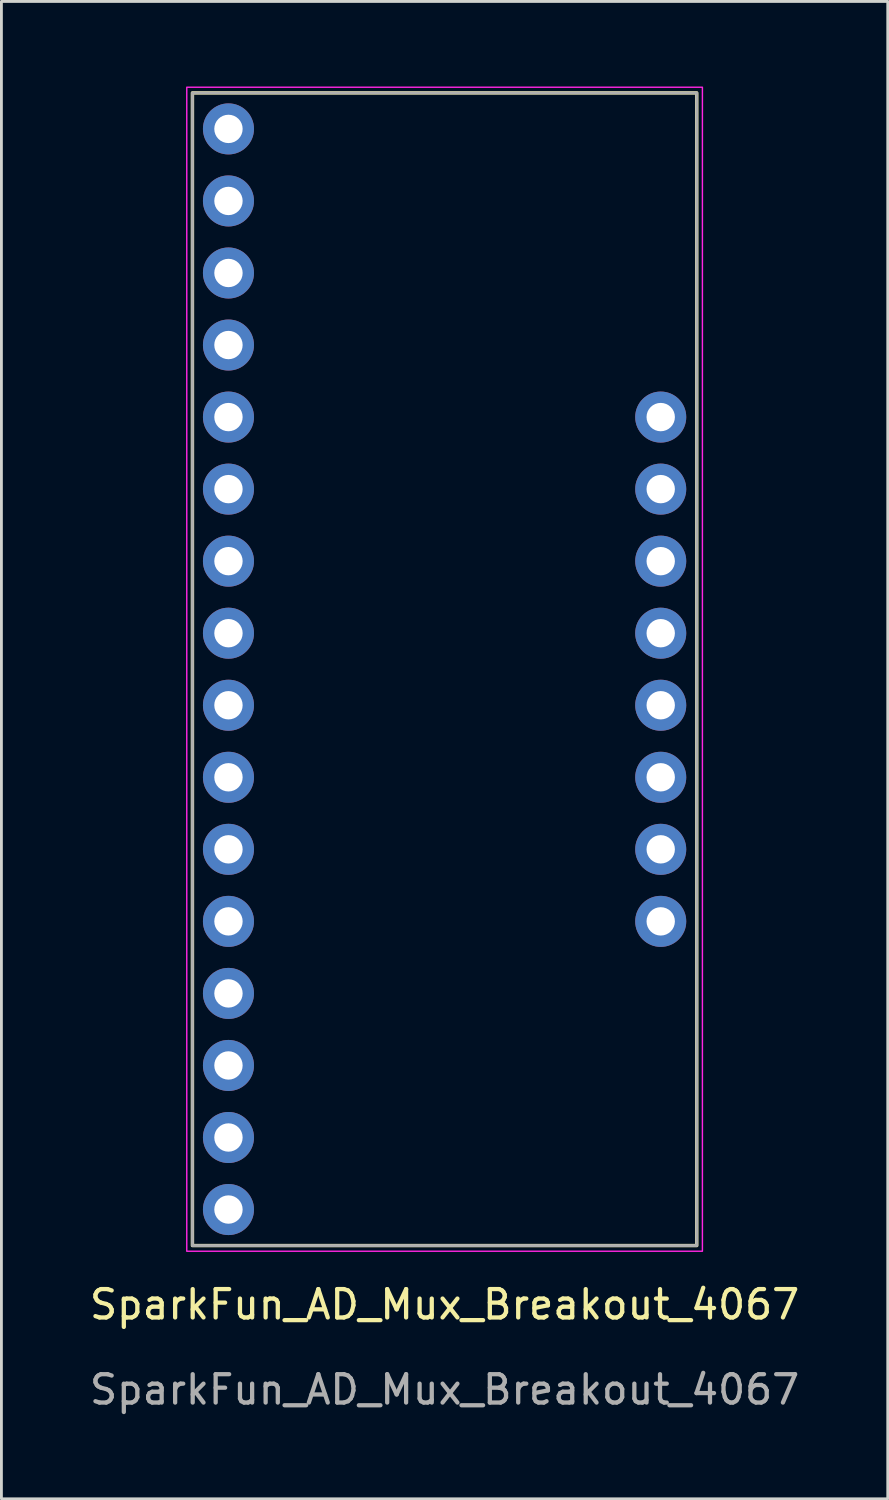
<source format=kicad_pcb>
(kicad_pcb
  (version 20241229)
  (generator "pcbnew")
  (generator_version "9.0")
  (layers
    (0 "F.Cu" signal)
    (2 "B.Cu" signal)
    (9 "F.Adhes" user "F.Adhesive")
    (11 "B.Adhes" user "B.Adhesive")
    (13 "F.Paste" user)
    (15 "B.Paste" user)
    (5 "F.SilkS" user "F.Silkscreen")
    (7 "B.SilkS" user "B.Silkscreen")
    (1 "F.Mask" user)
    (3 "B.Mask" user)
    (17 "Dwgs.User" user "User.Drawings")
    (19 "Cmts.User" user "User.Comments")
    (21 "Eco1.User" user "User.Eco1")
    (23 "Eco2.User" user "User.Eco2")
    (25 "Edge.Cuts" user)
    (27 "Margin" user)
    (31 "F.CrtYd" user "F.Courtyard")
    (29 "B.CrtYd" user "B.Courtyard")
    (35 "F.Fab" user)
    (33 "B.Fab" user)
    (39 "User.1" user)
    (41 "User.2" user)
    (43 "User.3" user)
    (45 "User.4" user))
  (footprint "SparkFun_AD_Mux_Breakout_4067"
    (layer "F.Cu")
    (at 12.625 20.545)
    (property "Reference" "SparkFun_AD_Mux_Breakout_4067" (at 0 22.4 0) (unlocked yes) (layer "F.SilkS") (effects (font (size 1 1) (thickness 0.15))))
    (attr through_hole)
    (fp_rect (start -8.89 20.32) (end 8.89 -20.32) (stroke (width 0.12) (type solid)) (fill no) (layer "F.SilkS"))
    (fp_rect (start -9.09 20.52) (end 9.09 -20.52) (stroke (width 0.05) (type solid)) (fill no) (layer "F.CrtYd"))
    (fp_rect (start -8.89 20.32) (end 8.89 -20.32) (stroke (width 0.1) (type solid)) (fill no) (layer "F.Fab"))
    (fp_text user "${REFERENCE}" (at 0 25.4 0) (unlocked yes) (layer "F.Fab") (effects (font (size 1 1) (thickness 0.15))))
    (pad "1" thru_hole circle (at 7.62 -8.89) (size 1.8 1.8) (drill 1) (layers "*.Cu" "*.Mask"))
    (pad "2" thru_hole circle (at -7.62 1.27) (size 1.8 1.8) (drill 1) (layers "*.Cu" "*.Mask"))
    (pad "3" thru_hole circle (at -7.62 3.81) (size 1.8 1.8) (drill 1) (layers "*.Cu" "*.Mask"))
    (pad "4" thru_hole circle (at -7.62 6.35) (size 1.8 1.8) (drill 1) (layers "*.Cu" "*.Mask"))
    (pad "5" thru_hole circle (at -7.62 8.89) (size 1.8 1.8) (drill 1) (layers "*.Cu" "*.Mask"))
    (pad "6" thru_hole circle (at -7.62 11.43) (size 1.8 1.8) (drill 1) (layers "*.Cu" "*.Mask"))
    (pad "7" thru_hole circle (at -7.62 13.97) (size 1.8 1.8) (drill 1) (layers "*.Cu" "*.Mask"))
    (pad "8" thru_hole circle (at -7.62 16.51) (size 1.8 1.8) (drill 1) (layers "*.Cu" "*.Mask"))
    (pad "9" thru_hole circle (at -7.62 19.05) (size 1.8 1.8) (drill 1) (layers "*.Cu" "*.Mask"))
    (pad "10" thru_hole circle (at 7.62 1.27) (size 1.8 1.8) (drill 1) (layers "*.Cu" "*.Mask"))
    (pad "11" thru_hole circle (at 7.62 -1.27) (size 1.8 1.8) (drill 1) (layers "*.Cu" "*.Mask"))
    (pad "12" thru_hole circle (at 7.62 8.89) (size 1.8 1.8) (drill 1) (layers "*.Cu" "*.Mask"))
    (pad "13" thru_hole circle (at 7.62 -6.35) (size 1.8 1.8) (drill 1) (layers "*.Cu" "*.Mask"))
    (pad "14" thru_hole circle (at 7.62 -3.81) (size 1.8 1.8) (drill 1) (layers "*.Cu" "*.Mask"))
    (pad "15" thru_hole circle (at 7.62 3.81) (size 1.8 1.8) (drill 1) (layers "*.Cu" "*.Mask"))
    (pad "16" thru_hole circle (at -7.62 -19.05) (size 1.8 1.8) (drill 1) (layers "*.Cu" "*.Mask"))
    (pad "17" thru_hole circle (at -7.62 -16.51) (size 1.8 1.8) (drill 1) (layers "*.Cu" "*.Mask"))
    (pad "18" thru_hole circle (at -7.62 -13.97) (size 1.8 1.8) (drill 1) (layers "*.Cu" "*.Mask"))
    (pad "19" thru_hole circle (at -7.62 -11.43) (size 1.8 1.8) (drill 1) (layers "*.Cu" "*.Mask"))
    (pad "20" thru_hole circle (at -7.62 -8.89) (size 1.8 1.8) (drill 1) (layers "*.Cu" "*.Mask"))
    (pad "21" thru_hole circle (at -7.62 -6.35) (size 1.8 1.8) (drill 1) (layers "*.Cu" "*.Mask"))
    (pad "22" thru_hole circle (at -7.62 -3.81) (size 1.8 1.8) (drill 1) (layers "*.Cu" "*.Mask"))
    (pad "23" thru_hole circle (at -7.62 -1.27) (size 1.8 1.8) (drill 1) (layers "*.Cu" "*.Mask"))
    (pad "24" thru_hole circle (at 7.62 6.35) (size 1.8 1.8) (drill 1) (layers "*.Cu" "*.Mask")))
  (gr_rect
    (start -3 -3)
    (end 28.25 49.793)
    (stroke (width 0.1) (type default))
    (fill no)
    (layer "Edge.Cuts")))
</source>
